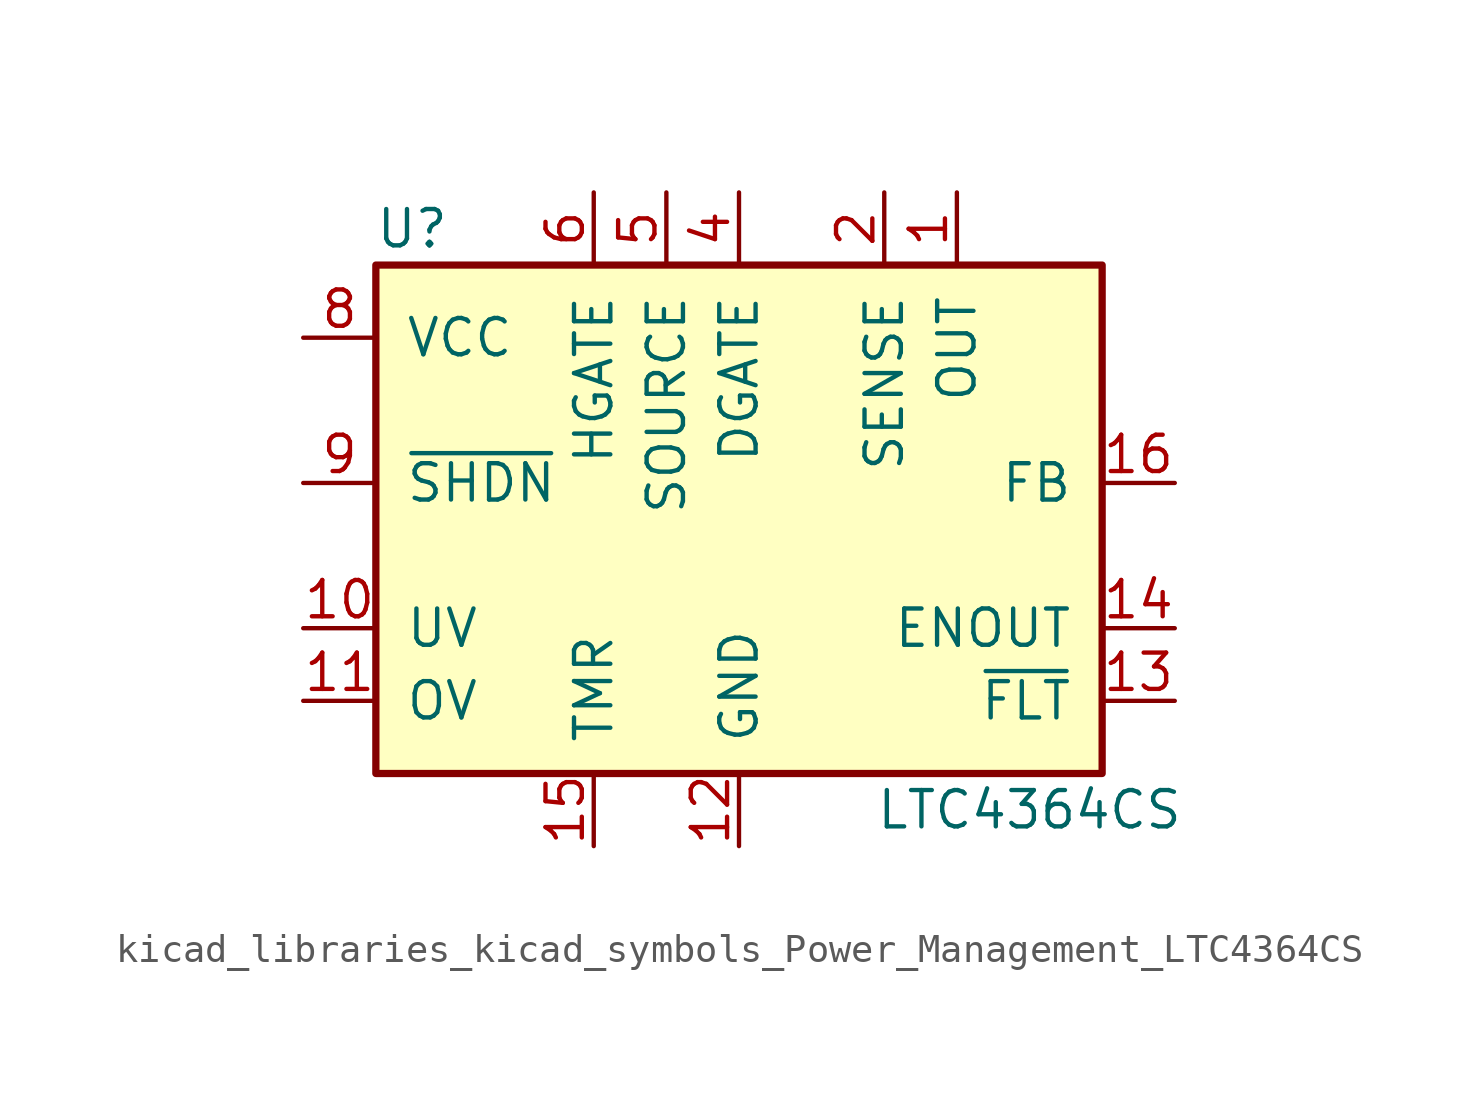
<source format=kicad_sym>
(kicad_symbol_lib
  (version 20220914)
  (generator kicad_symbol_editor)
  (symbol "kicad_libraries_kicad_symbols_Power_Management_LTC4364CS"
    (pin_names
      (offset 1.016))
    (property "Reference" "U"
      (at -11.43 8.89 0)
      (effects (font (size 1.27 1.27))))
    (property "Value" "LTC4364CS"
      (at 10.16 -11.43 0)
      (effects (font (size 1.27 1.27))))
    (symbol "kicad_libraries_kicad_symbols_Power_Management_LTC4364CS_0_1"
      (rectangle (start -12.7 7.62) (end 12.7 -10.16) (stroke (width 0.254) (type default)) (fill (type background))))
    (symbol "kicad_libraries_kicad_symbols_Power_Management_LTC4364CS_1_1"
      (pin input line (at 7.62 10.16 270) (length 2.54) (name "OUT" (effects (font (size 1.27 1.27)))) (number "1" (effects (font (size 1.27 1.27)))))
      (pin input line (at -15.24 -5.08 0) (length 2.54) (name "UV" (effects (font (size 1.27 1.27)))) (number "10" (effects (font (size 1.27 1.27)))))
      (pin input line (at -15.24 -7.62 0) (length 2.54) (name "OV" (effects (font (size 1.27 1.27)))) (number "11" (effects (font (size 1.27 1.27)))))
      (pin power_in line (at 0 -12.7 90) (length 2.54) (name "GND" (effects (font (size 1.27 1.27)))) (number "12" (effects (font (size 1.27 1.27)))))
      (pin open_collector line (at 15.24 -7.62 180) (length 2.54) (name "~{FLT}" (effects (font (size 1.27 1.27)))) (number "13" (effects (font (size 1.27 1.27)))))
      (pin open_collector line (at 15.24 -5.08 180) (length 2.54) (name "ENOUT" (effects (font (size 1.27 1.27)))) (number "14" (effects (font (size 1.27 1.27)))))
      (pin input line (at -5.08 -12.7 90) (length 2.54) (name "TMR" (effects (font (size 1.27 1.27)))) (number "15" (effects (font (size 1.27 1.27)))))
      (pin input line (at 15.24 0 180) (length 2.54) (name "FB" (effects (font (size 1.27 1.27)))) (number "16" (effects (font (size 1.27 1.27)))))
      (pin input line (at 5.08 10.16 270) (length 2.54) (name "SENSE" (effects (font (size 1.27 1.27)))) (number "2" (effects (font (size 1.27 1.27)))))
      (pin no_connect line (at 12.7 2.54 180) (length 2.54) hide (name "NC" (effects (font (size 1.27 1.27)))) (number "3" (effects (font (size 1.27 1.27)))))
      (pin output line (at 0 10.16 270) (length 2.54) (name "DGATE" (effects (font (size 1.27 1.27)))) (number "4" (effects (font (size 1.27 1.27)))))
      (pin input line (at -2.54 10.16 270) (length 2.54) (name "SOURCE" (effects (font (size 1.27 1.27)))) (number "5" (effects (font (size 1.27 1.27)))))
      (pin output line (at -5.08 10.16 270) (length 2.54) (name "HGATE" (effects (font (size 1.27 1.27)))) (number "6" (effects (font (size 1.27 1.27)))))
      (pin no_connect line (at 12.7 5.08 180) (length 2.54) hide (name "NC" (effects (font (size 1.27 1.27)))) (number "7" (effects (font (size 1.27 1.27)))))
      (pin power_in line (at -15.24 5.08 0) (length 2.54) (name "VCC" (effects (font (size 1.27 1.27)))) (number "8" (effects (font (size 1.27 1.27)))))
      (pin input line (at -15.24 0 0) (length 2.54) (name "~{SHDN}" (effects (font (size 1.27 1.27)))) (number "9" (effects (font (size 1.27 1.27))))))))
</source>
